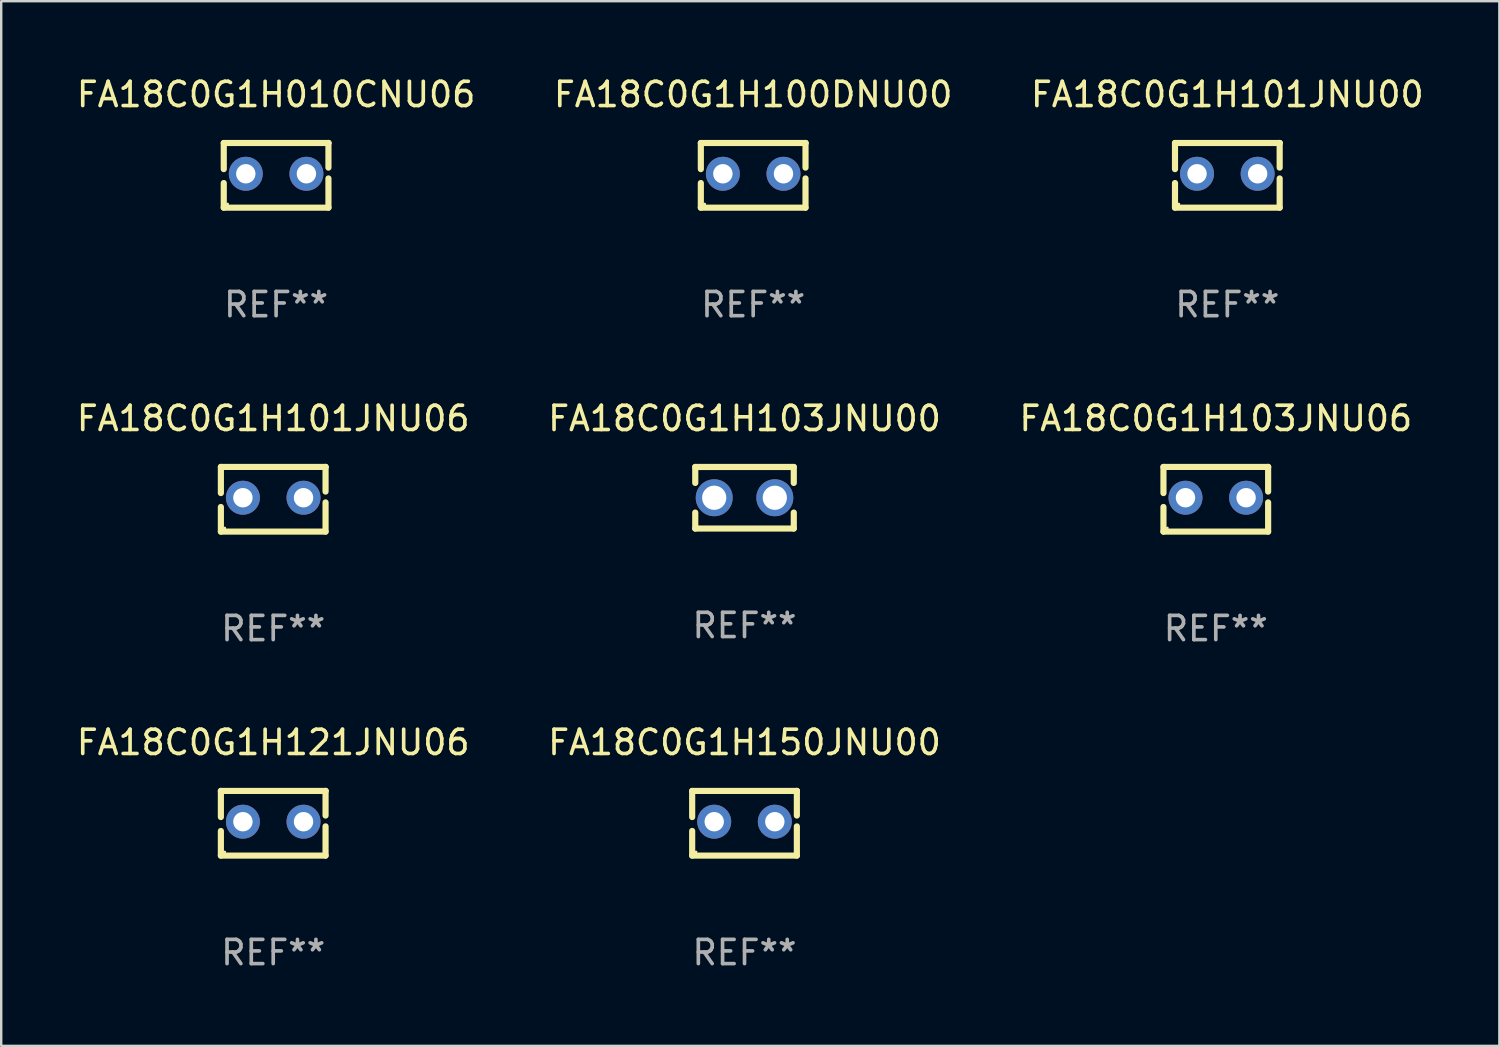
<source format=kicad_pcb>
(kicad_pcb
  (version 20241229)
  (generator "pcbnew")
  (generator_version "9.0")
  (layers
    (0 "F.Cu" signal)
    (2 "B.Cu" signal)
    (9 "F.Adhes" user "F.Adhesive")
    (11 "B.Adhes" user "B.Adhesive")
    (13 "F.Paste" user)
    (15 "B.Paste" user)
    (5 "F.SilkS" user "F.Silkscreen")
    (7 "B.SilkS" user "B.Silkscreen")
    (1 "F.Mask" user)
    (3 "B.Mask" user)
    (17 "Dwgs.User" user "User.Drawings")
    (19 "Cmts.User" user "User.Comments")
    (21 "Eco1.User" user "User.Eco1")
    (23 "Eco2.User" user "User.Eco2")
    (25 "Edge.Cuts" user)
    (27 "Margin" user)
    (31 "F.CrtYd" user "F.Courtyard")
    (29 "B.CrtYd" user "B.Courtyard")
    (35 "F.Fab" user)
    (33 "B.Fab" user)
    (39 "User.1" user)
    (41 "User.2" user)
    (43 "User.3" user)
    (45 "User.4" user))
  (footprint "FA18C0G1H010CNU06"
    (layer "F.Cu")
    (at 8.339 4.182)
    (property "Reference" "FA18C0G1H010CNU06" (at 0 -3.334 0) (layer "F.SilkS") (effects (font (size 1 1) (thickness 0.15))))
    (attr through_hole)
    (fp_line (start -2.159 -1.334) (end 2.159 -1.334) (stroke (width 0.254) (type solid)) (layer "F.SilkS"))
    (fp_line (start -2.159 -0.256) (end -2.159 -1.334) (stroke (width 0.254) (type solid)) (layer "F.SilkS"))
    (fp_line (start -2.159 1.334) (end -2.159 0.318) (stroke (width 0.254) (type solid)) (layer "F.SilkS"))
    (fp_line (start 2.159 -1.334) (end 2.159 -1.334) (stroke (width 0.254) (type solid)) (layer "F.SilkS"))
    (fp_line (start 2.159 -1.334) (end 2.159 -0.318) (stroke (width 0.254) (type solid)) (layer "F.SilkS"))
    (fp_line (start 2.159 0.129) (end 2.159 1.334) (stroke (width 0.254) (type solid)) (layer "F.SilkS"))
    (fp_line (start 2.159 1.334) (end -2.159 1.334) (stroke (width 0.254) (type solid)) (layer "F.SilkS"))
    (fp_circle (center -2 1.186) (end -1.97 1.186) (stroke (width 0.06) (type solid)) (fill no) (layer "F.SilkS"))
    (fp_text user "REF**" (at 0 5.334 0) (layer "F.Fab") (effects (font (size 1 1) (thickness 0.15))))
    (pad "1" thru_hole circle (at -1.25 -0.064) (size 1.4 1.4) (drill 0.8) (layers "*.Cu" "*.Mask"))
    (pad "2" thru_hole circle (at 1.25 -0.064) (size 1.4 1.4) (drill 0.8) (layers "*.Cu" "*.Mask")))
  (footprint "FA18C0G1H103JNU00"
    (layer "F.Cu")
    (at 27.661 17.482)
    (property "Reference" "FA18C0G1H103JNU00" (at 0 -3.27 0) (layer "F.SilkS") (effects (font (size 1 1) (thickness 0.15))))
    (attr through_hole)
    (fp_line (start -2.032 -1.27) (end -2.032 -0.611) (stroke (width 0.254) (type solid)) (layer "F.SilkS"))
    (fp_line (start -2.032 0.611) (end -2.032 1.27) (stroke (width 0.254) (type solid)) (layer "F.SilkS"))
    (fp_line (start -2.032 1.27) (end 2.032 1.27) (stroke (width 0.254) (type solid)) (layer "F.SilkS"))
    (fp_line (start 2.032 -1.27) (end -2.032 -1.27) (stroke (width 0.254) (type solid)) (layer "F.SilkS"))
    (fp_line (start 2.032 -0.611) (end 2.032 -1.27) (stroke (width 0.254) (type solid)) (layer "F.SilkS"))
    (fp_line (start 2.032 1.27) (end 2.032 0.611) (stroke (width 0.254) (type solid)) (layer "F.SilkS"))
    (fp_circle (center -2 1.25) (end -1.97 1.25) (stroke (width 0.06) (type solid)) (fill no) (layer "F.SilkS"))
    (fp_text user "REF**" (at 0 5.27 0) (layer "F.Fab") (effects (font (size 1 1) (thickness 0.15))))
    (pad "1" thru_hole circle (at -1.25 0) (size 1.524 1.524) (drill 1) (layers "*.Cu" "*.Mask"))
    (pad "2" thru_hole circle (at 1.25 0) (size 1.524 1.524) (drill 1) (layers "*.Cu" "*.Mask")))
  (footprint "FA18C0G1H100DNU00"
    (layer "F.Cu")
    (at 28.018 4.182)
    (property "Reference" "FA18C0G1H100DNU00" (at 0 -3.334 0) (layer "F.SilkS") (effects (font (size 1 1) (thickness 0.15))))
    (attr through_hole)
    (fp_line (start -2.159 -1.334) (end 2.159 -1.334) (stroke (width 0.254) (type solid)) (layer "F.SilkS"))
    (fp_line (start -2.159 -0.256) (end -2.159 -1.334) (stroke (width 0.254) (type solid)) (layer "F.SilkS"))
    (fp_line (start -2.159 1.334) (end -2.159 0.318) (stroke (width 0.254) (type solid)) (layer "F.SilkS"))
    (fp_line (start 2.159 -1.334) (end 2.159 -1.334) (stroke (width 0.254) (type solid)) (layer "F.SilkS"))
    (fp_line (start 2.159 -1.334) (end 2.159 -0.318) (stroke (width 0.254) (type solid)) (layer "F.SilkS"))
    (fp_line (start 2.159 0.129) (end 2.159 1.334) (stroke (width 0.254) (type solid)) (layer "F.SilkS"))
    (fp_line (start 2.159 1.334) (end -2.159 1.334) (stroke (width 0.254) (type solid)) (layer "F.SilkS"))
    (fp_circle (center -2 1.186) (end -1.97 1.186) (stroke (width 0.06) (type solid)) (fill no) (layer "F.SilkS"))
    (fp_text user "REF**" (at 0 5.334 0) (layer "F.Fab") (effects (font (size 1 1) (thickness 0.15))))
    (pad "1" thru_hole circle (at -1.25 -0.064) (size 1.4 1.4) (drill 0.8) (layers "*.Cu" "*.Mask"))
    (pad "2" thru_hole circle (at 1.25 -0.064) (size 1.4 1.4) (drill 0.8) (layers "*.Cu" "*.Mask")))
  (footprint "FA18C0G1H103JNU06"
    (layer "F.Cu")
    (at 47.101 17.545)
    (property "Reference" "FA18C0G1H103JNU06" (at 0 -3.334 0) (layer "F.SilkS") (effects (font (size 1 1) (thickness 0.15))))
    (attr through_hole)
    (fp_line (start -2.159 -1.334) (end 2.159 -1.334) (stroke (width 0.254) (type solid)) (layer "F.SilkS"))
    (fp_line (start -2.159 -0.256) (end -2.159 -1.334) (stroke (width 0.254) (type solid)) (layer "F.SilkS"))
    (fp_line (start -2.159 1.334) (end -2.159 0.318) (stroke (width 0.254) (type solid)) (layer "F.SilkS"))
    (fp_line (start 2.159 -1.334) (end 2.159 -1.334) (stroke (width 0.254) (type solid)) (layer "F.SilkS"))
    (fp_line (start 2.159 -1.334) (end 2.159 -0.318) (stroke (width 0.254) (type solid)) (layer "F.SilkS"))
    (fp_line (start 2.159 0.129) (end 2.159 1.334) (stroke (width 0.254) (type solid)) (layer "F.SilkS"))
    (fp_line (start 2.159 1.334) (end -2.159 1.334) (stroke (width 0.254) (type solid)) (layer "F.SilkS"))
    (fp_circle (center -2 1.186) (end -1.97 1.186) (stroke (width 0.06) (type solid)) (fill no) (layer "F.SilkS"))
    (fp_text user "REF**" (at 0 5.334 0) (layer "F.Fab") (effects (font (size 1 1) (thickness 0.15))))
    (pad "1" thru_hole circle (at -1.25 -0.064) (size 1.4 1.4) (drill 0.8) (layers "*.Cu" "*.Mask"))
    (pad "2" thru_hole circle (at 1.25 -0.064) (size 1.4 1.4) (drill 0.8) (layers "*.Cu" "*.Mask")))
  (footprint "FA18C0G1H121JNU06"
    (layer "F.Cu")
    (at 8.22 30.909)
    (property "Reference" "FA18C0G1H121JNU06" (at 0 -3.334 0) (layer "F.SilkS") (effects (font (size 1 1) (thickness 0.15))))
    (attr through_hole)
    (fp_line (start -2.159 -1.334) (end 2.159 -1.334) (stroke (width 0.254) (type solid)) (layer "F.SilkS"))
    (fp_line (start -2.159 -0.256) (end -2.159 -1.334) (stroke (width 0.254) (type solid)) (layer "F.SilkS"))
    (fp_line (start -2.159 1.334) (end -2.159 0.318) (stroke (width 0.254) (type solid)) (layer "F.SilkS"))
    (fp_line (start 2.159 -1.334) (end 2.159 -1.334) (stroke (width 0.254) (type solid)) (layer "F.SilkS"))
    (fp_line (start 2.159 -1.334) (end 2.159 -0.318) (stroke (width 0.254) (type solid)) (layer "F.SilkS"))
    (fp_line (start 2.159 0.129) (end 2.159 1.334) (stroke (width 0.254) (type solid)) (layer "F.SilkS"))
    (fp_line (start 2.159 1.334) (end -2.159 1.334) (stroke (width 0.254) (type solid)) (layer "F.SilkS"))
    (fp_circle (center -2 1.186) (end -1.97 1.186) (stroke (width 0.06) (type solid)) (fill no) (layer "F.SilkS"))
    (fp_text user "REF**" (at 0 5.334 0) (layer "F.Fab") (effects (font (size 1 1) (thickness 0.15))))
    (pad "1" thru_hole circle (at -1.25 -0.064) (size 1.4 1.4) (drill 0.8) (layers "*.Cu" "*.Mask"))
    (pad "2" thru_hole circle (at 1.25 -0.064) (size 1.4 1.4) (drill 0.8) (layers "*.Cu" "*.Mask")))
  (footprint "FA18C0G1H101JNU06"
    (layer "F.Cu")
    (at 8.22 17.545)
    (property "Reference" "FA18C0G1H101JNU06" (at 0 -3.334 0) (layer "F.SilkS") (effects (font (size 1 1) (thickness 0.15))))
    (attr through_hole)
    (fp_line (start -2.159 -1.334) (end 2.159 -1.334) (stroke (width 0.254) (type solid)) (layer "F.SilkS"))
    (fp_line (start -2.159 -0.256) (end -2.159 -1.334) (stroke (width 0.254) (type solid)) (layer "F.SilkS"))
    (fp_line (start -2.159 1.334) (end -2.159 0.318) (stroke (width 0.254) (type solid)) (layer "F.SilkS"))
    (fp_line (start 2.159 -1.334) (end 2.159 -1.334) (stroke (width 0.254) (type solid)) (layer "F.SilkS"))
    (fp_line (start 2.159 -1.334) (end 2.159 -0.318) (stroke (width 0.254) (type solid)) (layer "F.SilkS"))
    (fp_line (start 2.159 0.129) (end 2.159 1.334) (stroke (width 0.254) (type solid)) (layer "F.SilkS"))
    (fp_line (start 2.159 1.334) (end -2.159 1.334) (stroke (width 0.254) (type solid)) (layer "F.SilkS"))
    (fp_circle (center -2 1.186) (end -1.97 1.186) (stroke (width 0.06) (type solid)) (fill no) (layer "F.SilkS"))
    (fp_text user "REF**" (at 0 5.334 0) (layer "F.Fab") (effects (font (size 1 1) (thickness 0.15))))
    (pad "1" thru_hole circle (at -1.25 -0.064) (size 1.4 1.4) (drill 0.8) (layers "*.Cu" "*.Mask"))
    (pad "2" thru_hole circle (at 1.25 -0.064) (size 1.4 1.4) (drill 0.8) (layers "*.Cu" "*.Mask")))
  (footprint "FA18C0G1H150JNU00"
    (layer "F.Cu")
    (at 27.661 30.909)
    (property "Reference" "FA18C0G1H150JNU00" (at 0 -3.334 0) (layer "F.SilkS") (effects (font (size 1 1) (thickness 0.15))))
    (attr through_hole)
    (fp_line (start -2.159 -1.334) (end 2.159 -1.334) (stroke (width 0.254) (type solid)) (layer "F.SilkS"))
    (fp_line (start -2.159 -0.256) (end -2.159 -1.334) (stroke (width 0.254) (type solid)) (layer "F.SilkS"))
    (fp_line (start -2.159 1.334) (end -2.159 0.318) (stroke (width 0.254) (type solid)) (layer "F.SilkS"))
    (fp_line (start 2.159 -1.334) (end 2.159 -1.334) (stroke (width 0.254) (type solid)) (layer "F.SilkS"))
    (fp_line (start 2.159 -1.334) (end 2.159 -0.318) (stroke (width 0.254) (type solid)) (layer "F.SilkS"))
    (fp_line (start 2.159 0.129) (end 2.159 1.334) (stroke (width 0.254) (type solid)) (layer "F.SilkS"))
    (fp_line (start 2.159 1.334) (end -2.159 1.334) (stroke (width 0.254) (type solid)) (layer "F.SilkS"))
    (fp_circle (center -2 1.186) (end -1.97 1.186) (stroke (width 0.06) (type solid)) (fill no) (layer "F.SilkS"))
    (fp_text user "REF**" (at 0 5.334 0) (layer "F.Fab") (effects (font (size 1 1) (thickness 0.15))))
    (pad "1" thru_hole circle (at -1.25 -0.064) (size 1.4 1.4) (drill 0.8) (layers "*.Cu" "*.Mask"))
    (pad "2" thru_hole circle (at 1.25 -0.064) (size 1.4 1.4) (drill 0.8) (layers "*.Cu" "*.Mask")))
  (footprint "FA18C0G1H101JNU00"
    (layer "F.Cu")
    (at 47.577 4.182)
    (property "Reference" "FA18C0G1H101JNU00" (at 0 -3.334 0) (layer "F.SilkS") (effects (font (size 1 1) (thickness 0.15))))
    (attr through_hole)
    (fp_line (start -2.159 -1.334) (end 2.159 -1.334) (stroke (width 0.254) (type solid)) (layer "F.SilkS"))
    (fp_line (start -2.159 -0.256) (end -2.159 -1.334) (stroke (width 0.254) (type solid)) (layer "F.SilkS"))
    (fp_line (start -2.159 1.334) (end -2.159 0.318) (stroke (width 0.254) (type solid)) (layer "F.SilkS"))
    (fp_line (start 2.159 -1.334) (end 2.159 -1.334) (stroke (width 0.254) (type solid)) (layer "F.SilkS"))
    (fp_line (start 2.159 -1.334) (end 2.159 -0.318) (stroke (width 0.254) (type solid)) (layer "F.SilkS"))
    (fp_line (start 2.159 0.129) (end 2.159 1.334) (stroke (width 0.254) (type solid)) (layer "F.SilkS"))
    (fp_line (start 2.159 1.334) (end -2.159 1.334) (stroke (width 0.254) (type solid)) (layer "F.SilkS"))
    (fp_circle (center -2 1.186) (end -1.97 1.186) (stroke (width 0.06) (type solid)) (fill no) (layer "F.SilkS"))
    (fp_text user "REF**" (at 0 5.334 0) (layer "F.Fab") (effects (font (size 1 1) (thickness 0.15))))
    (pad "1" thru_hole circle (at -1.25 -0.064) (size 1.4 1.4) (drill 0.8) (layers "*.Cu" "*.Mask"))
    (pad "2" thru_hole circle (at 1.25 -0.064) (size 1.4 1.4) (drill 0.8) (layers "*.Cu" "*.Mask")))
  (gr_rect
    (start -3 -3)
    (end 58.798 40.091)
    (stroke (width 0.1) (type default))
    (fill no)
    (layer "Edge.Cuts")))
</source>
